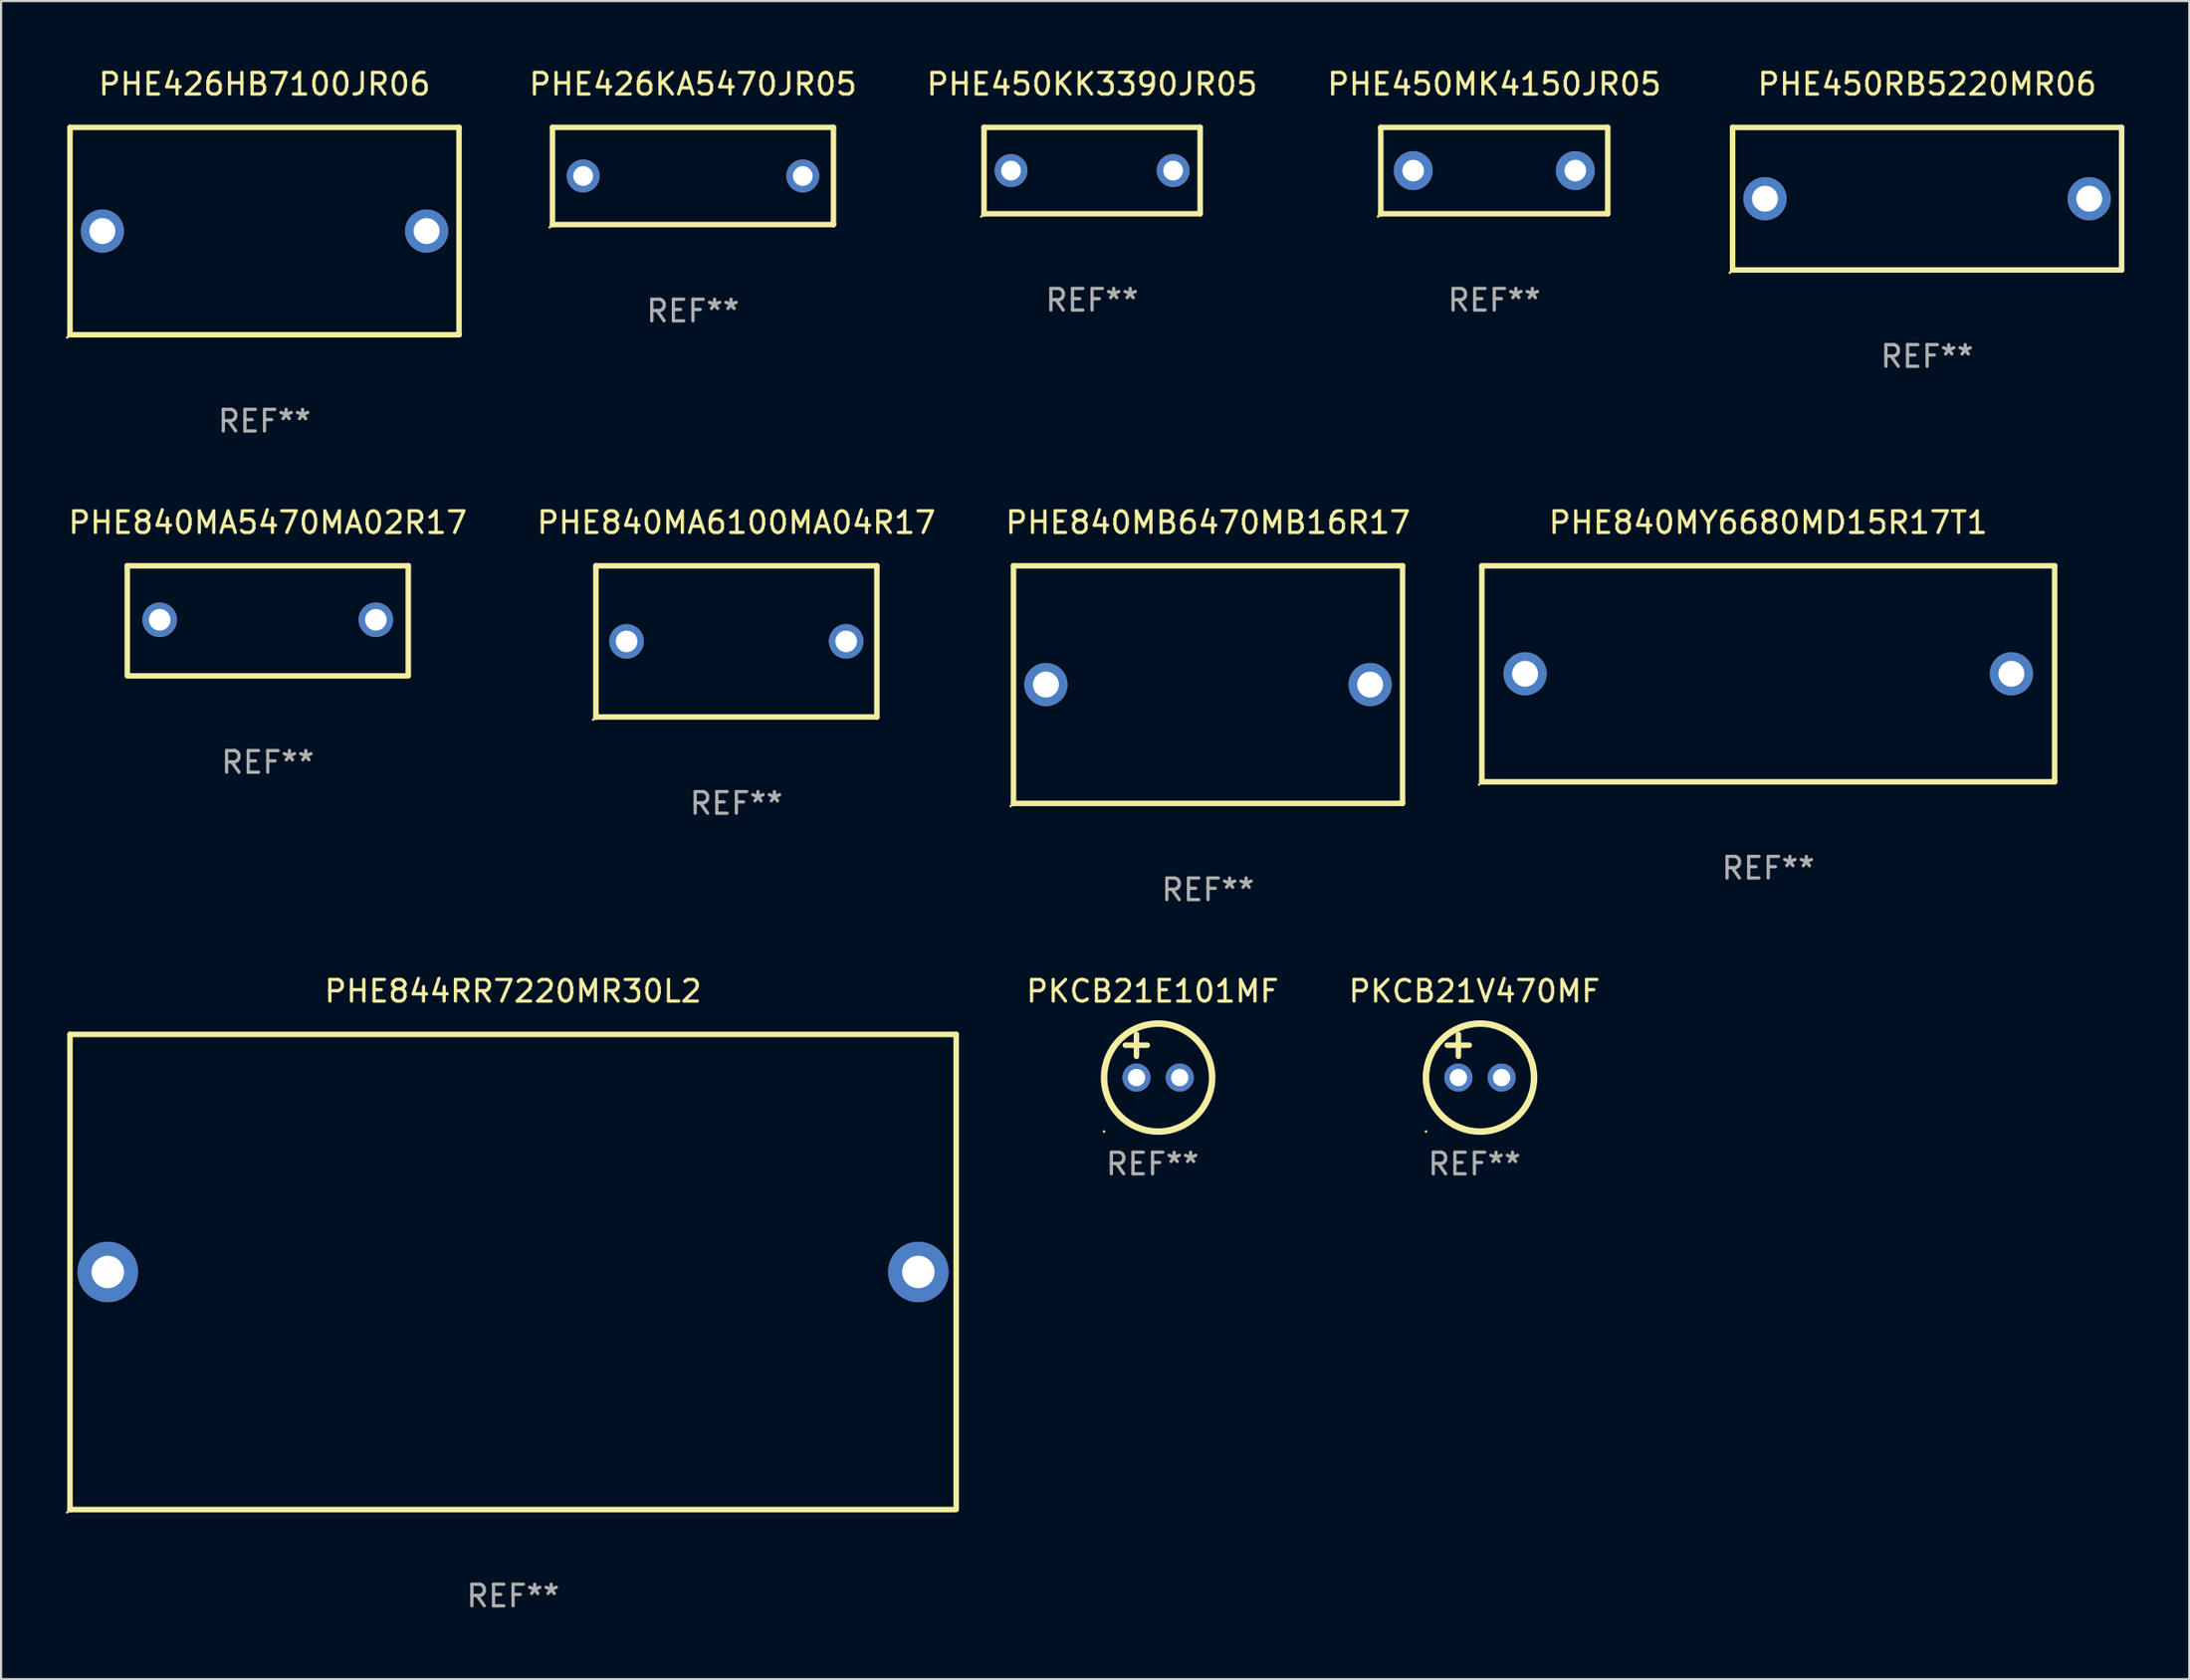
<source format=kicad_pcb>
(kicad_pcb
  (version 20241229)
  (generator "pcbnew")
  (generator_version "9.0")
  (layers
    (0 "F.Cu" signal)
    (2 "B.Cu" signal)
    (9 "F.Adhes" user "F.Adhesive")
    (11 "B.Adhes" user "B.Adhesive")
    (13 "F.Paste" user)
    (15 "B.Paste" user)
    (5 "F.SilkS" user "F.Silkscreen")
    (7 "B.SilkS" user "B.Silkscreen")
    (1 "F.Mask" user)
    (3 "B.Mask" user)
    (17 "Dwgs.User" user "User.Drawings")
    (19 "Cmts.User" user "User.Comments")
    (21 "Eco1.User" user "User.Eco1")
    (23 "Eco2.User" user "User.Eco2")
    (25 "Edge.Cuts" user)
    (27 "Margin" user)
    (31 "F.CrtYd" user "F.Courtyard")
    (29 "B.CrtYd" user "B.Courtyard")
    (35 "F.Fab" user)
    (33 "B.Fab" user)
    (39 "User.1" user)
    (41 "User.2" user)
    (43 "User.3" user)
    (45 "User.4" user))
  (footprint "PHE426HB7100JR06"
    (layer "F.Cu")
    (at 9.187 7.648)
    (property "Reference" "PHE426HB7100JR06" (at 0 -6.8 0) (layer "F.SilkS") (effects (font (size 1 1) (thickness 0.15))))
    (attr through_hole)
    (fp_line (start -9 -4.8) (end 9 -4.8) (stroke (width 0.254) (type solid)) (layer "F.SilkS"))
    (fp_line (start -9 4.8) (end -9 -4.8) (stroke (width 0.254) (type solid)) (layer "F.SilkS"))
    (fp_line (start 9 -4.8) (end 9 4.8) (stroke (width 0.254) (type solid)) (layer "F.SilkS"))
    (fp_line (start 9 4.8) (end -9 4.8) (stroke (width 0.254) (type solid)) (layer "F.SilkS"))
    (fp_circle (center -9.127 4.927) (end -9.097 4.927) (stroke (width 0.06) (type solid)) (fill no) (layer "F.SilkS"))
    (fp_text user "REF**" (at 0 8.8 0) (layer "F.Fab") (effects (font (size 1 1) (thickness 0.15))))
    (pad "1" thru_hole circle (at -7.501 0) (size 2 2) (drill 1.2) (layers "*.Cu" "*.Mask"))
    (pad "2" thru_hole circle (at 7.501 0) (size 2 2) (drill 1.2) (layers "*.Cu" "*.Mask")))
  (footprint "PHE450KK3390JR05"
    (layer "F.Cu")
    (at 47.475 4.848)
    (property "Reference" "PHE450KK3390JR05" (at 0 -4 0) (layer "F.SilkS") (effects (font (size 1 1) (thickness 0.15))))
    (attr through_hole)
    (fp_line (start -5 -2) (end 5 -2) (stroke (width 0.254) (type solid)) (layer "F.SilkS"))
    (fp_line (start -5 2) (end -5 -2) (stroke (width 0.254) (type solid)) (layer "F.SilkS"))
    (fp_line (start 5 -2) (end 5 2) (stroke (width 0.254) (type solid)) (layer "F.SilkS"))
    (fp_line (start 5 2) (end -5 2) (stroke (width 0.254) (type solid)) (layer "F.SilkS"))
    (fp_circle (center -5.127 2.127) (end -5.097 2.127) (stroke (width 0.06) (type solid)) (fill no) (layer "F.SilkS"))
    (fp_text user "REF**" (at 0 6 0) (layer "F.Fab") (effects (font (size 1 1) (thickness 0.15))))
    (pad "1" thru_hole circle (at -3.75 0) (size 1.524 1.524) (drill 0.914) (layers "*.Cu" "*.Mask"))
    (pad "2" thru_hole circle (at 3.75 0) (size 1.524 1.524) (drill 0.914) (layers "*.Cu" "*.Mask")))
  (footprint "PHE840MB6470MB16R17"
    (layer "F.Cu")
    (at 52.839 28.645)
    (property "Reference" "PHE840MB6470MB16R17" (at 0 -7.5 0) (layer "F.SilkS") (effects (font (size 1 1) (thickness 0.15))))
    (attr through_hole)
    (fp_line (start -9 -5.5) (end 9 -5.5) (stroke (width 0.254) (type solid)) (layer "F.SilkS"))
    (fp_line (start -9 5.5) (end -9 -5.5) (stroke (width 0.254) (type solid)) (layer "F.SilkS"))
    (fp_line (start 9 -5.5) (end 9 5.5) (stroke (width 0.254) (type solid)) (layer "F.SilkS"))
    (fp_line (start 9 5.5) (end -9 5.5) (stroke (width 0.254) (type solid)) (layer "F.SilkS"))
    (fp_circle (center -9.127 5.627) (end -9.097 5.627) (stroke (width 0.06) (type solid)) (fill no) (layer "F.SilkS"))
    (fp_text user "REF**" (at 0 9.5 0) (layer "F.Fab") (effects (font (size 1 1) (thickness 0.15))))
    (pad "1" thru_hole circle (at -7.5 0) (size 2 2) (drill 1.2) (layers "*.Cu" "*.Mask"))
    (pad "2" thru_hole circle (at 7.5 0) (size 2 2) (drill 1.2) (layers "*.Cu" "*.Mask")))
  (footprint "PKCB21E101MF"
    (layer "F.Cu")
    (at 50.272 45.841)
    (property "Reference" "PKCB21E101MF" (at 0 -3 0) (layer "F.SilkS") (effects (font (size 1 1) (thickness 0.15))))
    (attr through_hole)
    (fp_line (start -1.258 -0.5) (end -0.242 -0.5) (stroke (width 0.254) (type solid)) (layer "F.SilkS"))
    (fp_line (start -0.742 -1) (end -0.742 0.016) (stroke (width 0.254) (type solid)) (layer "F.SilkS"))
    (fp_circle (center -2.242 3.5) (end -2.212 3.5) (stroke (width 0.06) (type solid)) (fill no) (layer "F.SilkS"))
    (fp_circle (center 0.258 1) (end 2.758 1) (stroke (width 0.3) (type solid)) (fill no) (layer "F.SilkS"))
    (fp_text user "REF**" (at 0 5 0) (layer "F.Fab") (effects (font (size 1 1) (thickness 0.15))))
    (pad "1" thru_hole circle (at -0.742 1) (size 1.3 1.3) (drill 0.8) (layers "*.Cu" "*.Mask"))
    (pad "2" thru_hole circle (at 1.258 1) (size 1.3 1.3) (drill 0.8) (layers "*.Cu" "*.Mask")))
  (footprint "PHE840MA5470MA02R17"
    (layer "F.Cu")
    (at 9.339 25.695)
    (property "Reference" "PHE840MA5470MA02R17" (at 0 -4.55 0) (layer "F.SilkS") (effects (font (size 1 1) (thickness 0.15))))
    (attr through_hole)
    (fp_line (start -6.5 -2.55) (end 6.5 -2.55) (stroke (width 0.254) (type solid)) (layer "F.SilkS"))
    (fp_line (start -6.5 2.45) (end -6.5 -2.55) (stroke (width 0.254) (type solid)) (layer "F.SilkS"))
    (fp_line (start 6.5 -2.55) (end 6.5 2.45) (stroke (width 0.254) (type solid)) (layer "F.SilkS"))
    (fp_line (start 6.5 2.55) (end -6.5 2.55) (stroke (width 0.254) (type solid)) (layer "F.SilkS"))
    (fp_circle (center -6.5 2.45) (end -6.47 2.45) (stroke (width 0.06) (type solid)) (fill no) (layer "F.SilkS"))
    (fp_text user "REF**" (at 0 6.55 0) (layer "F.Fab") (effects (font (size 1 1) (thickness 0.15))))
    (pad "1" thru_hole circle (at -5 -0.05) (size 1.6 1.6) (drill 1) (layers "*.Cu" "*.Mask"))
    (pad "2" thru_hole circle (at 5 -0.05) (size 1.6 1.6) (drill 1) (layers "*.Cu" "*.Mask")))
  (footprint "PHE840MA6100MA04R17"
    (layer "F.Cu")
    (at 31.018 26.645)
    (property "Reference" "PHE840MA6100MA04R17" (at 0 -5.5 0) (layer "F.SilkS") (effects (font (size 1 1) (thickness 0.15))))
    (attr through_hole)
    (fp_line (start -6.5 -3.5) (end 6.5 -3.5) (stroke (width 0.254) (type solid)) (layer "F.SilkS"))
    (fp_line (start -6.5 3.5) (end -6.5 -3.5) (stroke (width 0.254) (type solid)) (layer "F.SilkS"))
    (fp_line (start 6.5 -3.5) (end 6.5 3.5) (stroke (width 0.254) (type solid)) (layer "F.SilkS"))
    (fp_line (start 6.5 3.5) (end -6.5 3.5) (stroke (width 0.254) (type solid)) (layer "F.SilkS"))
    (fp_circle (center -6.627 3.627) (end -6.597 3.627) (stroke (width 0.06) (type solid)) (fill no) (layer "F.SilkS"))
    (fp_text user "REF**" (at 0 7.5 0) (layer "F.Fab") (effects (font (size 1 1) (thickness 0.15))))
    (pad "1" thru_hole circle (at -5.08 -0.000127) (size 1.6 1.6) (drill 1) (layers "*.Cu" "*.Mask"))
    (pad "2" thru_hole circle (at 5.08 -0.000127) (size 1.6 1.6) (drill 1) (layers "*.Cu" "*.Mask")))
  (footprint "PHE426KA5470JR05"
    (layer "F.Cu")
    (at 29.01 5.098)
    (property "Reference" "PHE426KA5470JR05" (at 0 -4.25 0) (layer "F.SilkS") (effects (font (size 1 1) (thickness 0.15))))
    (attr through_hole)
    (fp_line (start -6.5 -2.25) (end 6.5 -2.25) (stroke (width 0.254) (type solid)) (layer "F.SilkS"))
    (fp_line (start -6.5 2.25) (end -6.5 -2.25) (stroke (width 0.254) (type solid)) (layer "F.SilkS"))
    (fp_line (start 6.5 -2.25) (end 6.5 2.25) (stroke (width 0.254) (type solid)) (layer "F.SilkS"))
    (fp_line (start 6.5 2.25) (end -6.5 2.25) (stroke (width 0.254) (type solid)) (layer "F.SilkS"))
    (fp_circle (center -6.627 2.377) (end -6.597 2.377) (stroke (width 0.06) (type solid)) (fill no) (layer "F.SilkS"))
    (fp_text user "REF**" (at 0 6.25 0) (layer "F.Fab") (effects (font (size 1 1) (thickness 0.15))))
    (pad "1" thru_hole circle (at -5.08 0) (size 1.524 1.524) (drill 0.914) (layers "*.Cu" "*.Mask"))
    (pad "2" thru_hole circle (at 5.08 0) (size 1.524 1.524) (drill 0.914) (layers "*.Cu" "*.Mask")))
  (footprint "PHE450MK4150JR05"
    (layer "F.Cu")
    (at 66.082 4.848)
    (property "Reference" "PHE450MK4150JR05" (at 0 -4 0) (layer "F.SilkS") (effects (font (size 1 1) (thickness 0.15))))
    (attr through_hole)
    (fp_line (start -5.25 -2) (end 5.25 -2) (stroke (width 0.254) (type solid)) (layer "F.SilkS"))
    (fp_line (start -5.25 2) (end -5.25 -2) (stroke (width 0.254) (type solid)) (layer "F.SilkS"))
    (fp_line (start 5.25 -2) (end 5.25 2) (stroke (width 0.254) (type solid)) (layer "F.SilkS"))
    (fp_line (start 5.25 2) (end -5.25 2) (stroke (width 0.254) (type solid)) (layer "F.SilkS"))
    (fp_circle (center -5.377 2.127) (end -5.347 2.127) (stroke (width 0.06) (type solid)) (fill no) (layer "F.SilkS"))
    (fp_text user "REF**" (at 0 6 0) (layer "F.Fab") (effects (font (size 1 1) (thickness 0.15))))
    (pad "1" thru_hole circle (at -3.75 0) (size 1.8 1.8) (drill 1) (layers "*.Cu" "*.Mask"))
    (pad "2" thru_hole circle (at 3.75 0) (size 1.8 1.8) (drill 1) (layers "*.Cu" "*.Mask")))
  (footprint "PHE840MY6680MD15R17T1"
    (layer "F.Cu")
    (at 78.758 28.145)
    (property "Reference" "PHE840MY6680MD15R17T1" (at 0 -7 0) (layer "F.SilkS") (effects (font (size 1 1) (thickness 0.15))))
    (attr through_hole)
    (fp_line (start -13.25 -5) (end 13.25 -5) (stroke (width 0.254) (type solid)) (layer "F.SilkS"))
    (fp_line (start -13.25 5) (end -13.25 -5) (stroke (width 0.254) (type solid)) (layer "F.SilkS"))
    (fp_line (start 13.25 -5) (end 13.25 5) (stroke (width 0.254) (type solid)) (layer "F.SilkS"))
    (fp_line (start 13.25 5) (end -13.25 5) (stroke (width 0.254) (type solid)) (layer "F.SilkS"))
    (fp_circle (center -13.377 5.127) (end -13.347 5.127) (stroke (width 0.06) (type solid)) (fill no) (layer "F.SilkS"))
    (fp_text user "REF**" (at 0 9 0) (layer "F.Fab") (effects (font (size 1 1) (thickness 0.15))))
    (pad "1" thru_hole circle (at -11.25 0) (size 2 2) (drill 1.2) (layers "*.Cu" "*.Mask"))
    (pad "2" thru_hole circle (at 11.25 0) (size 2 2) (drill 1.2) (layers "*.Cu" "*.Mask")))
  (footprint "PHE844RR7220MR30L2"
    (layer "F.Cu")
    (at 20.687 55.841)
    (property "Reference" "PHE844RR7220MR30L2" (at 0 -13 0) (layer "F.SilkS") (effects (font (size 1 1) (thickness 0.15))))
    (attr through_hole)
    (fp_line (start -20.5 -11) (end -20.5 11) (stroke (width 0.254) (type solid)) (layer "F.SilkS"))
    (fp_line (start -20.5 -11) (end 20.5 -11) (stroke (width 0.254) (type solid)) (layer "F.SilkS"))
    (fp_line (start 20.5 -11) (end 20.5 10.922) (stroke (width 0.254) (type solid)) (layer "F.SilkS"))
    (fp_line (start 20.5 11) (end -20.5 11) (stroke (width 0.254) (type solid)) (layer "F.SilkS"))
    (fp_circle (center -20.627 11.127) (end -20.597 11.127) (stroke (width 0.06) (type solid)) (fill no) (layer "F.SilkS"))
    (fp_text user "REF**" (at 0 15 0) (layer "F.Fab") (effects (font (size 1 1) (thickness 0.15))))
    (pad "1" thru_hole circle (at -18.75 0) (size 2.8 2.8) (drill 1.5) (layers "*.Cu" "*.Mask"))
    (pad "2" thru_hole circle (at 18.75 0) (size 2.8 2.8) (drill 1.5) (layers "*.Cu" "*.Mask")))
  (footprint "PHE450RB5220MR06"
    (layer "F.Cu")
    (at 86.108 6.15)
    (property "Reference" "PHE450RB5220MR06" (at 0 -5.302 0) (layer "F.SilkS") (effects (font (size 1 1) (thickness 0.15))))
    (attr through_hole)
    (fp_line (start -9 -3.302) (end -9 3.3) (stroke (width 0.254) (type solid)) (layer "F.SilkS"))
    (fp_line (start -9 -3.3) (end 9 -3.3) (stroke (width 0.254) (type solid)) (layer "F.SilkS"))
    (fp_line (start 9 3.3) (end -9 3.3) (stroke (width 0.254) (type solid)) (layer "F.SilkS"))
    (fp_line (start 9 3.302) (end 9 -3.3) (stroke (width 0.254) (type solid)) (layer "F.SilkS"))
    (fp_circle (center -9.127 3.429) (end -9.097 3.429) (stroke (width 0.06) (type solid)) (fill no) (layer "F.SilkS"))
    (fp_text user "REF**" (at 0 7.302 0) (layer "F.Fab") (effects (font (size 1 1) (thickness 0.15))))
    (pad "1" thru_hole circle (at -7.501 0) (size 2 2) (drill 1.2) (layers "*.Cu" "*.Mask"))
    (pad "2" thru_hole circle (at 7.501 0) (size 2 2) (drill 1.2) (layers "*.Cu" "*.Mask")))
  (footprint "PKCB21V470MF"
    (layer "F.Cu")
    (at 65.165 45.841)
    (property "Reference" "PKCB21V470MF" (at 0 -3 0) (layer "F.SilkS") (effects (font (size 1 1) (thickness 0.15))))
    (attr through_hole)
    (fp_line (start -1.258 -0.5) (end -0.242 -0.5) (stroke (width 0.254) (type solid)) (layer "F.SilkS"))
    (fp_line (start -0.742 -1) (end -0.742 0.016) (stroke (width 0.254) (type solid)) (layer "F.SilkS"))
    (fp_circle (center -2.242 3.5) (end -2.212 3.5) (stroke (width 0.06) (type solid)) (fill no) (layer "F.SilkS"))
    (fp_circle (center 0.258 1) (end 2.758 1) (stroke (width 0.3) (type solid)) (fill no) (layer "F.SilkS"))
    (fp_text user "REF**" (at 0 5 0) (layer "F.Fab") (effects (font (size 1 1) (thickness 0.15))))
    (pad "1" thru_hole circle (at -0.742 1) (size 1.3 1.3) (drill 0.8) (layers "*.Cu" "*.Mask"))
    (pad "2" thru_hole circle (at 1.258 1) (size 1.3 1.3) (drill 0.8) (layers "*.Cu" "*.Mask")))
  (gr_rect
    (start -3 -3)
    (end 98.235 74.69)
    (stroke (width 0.1) (type default))
    (fill no)
    (layer "Edge.Cuts")))
</source>
